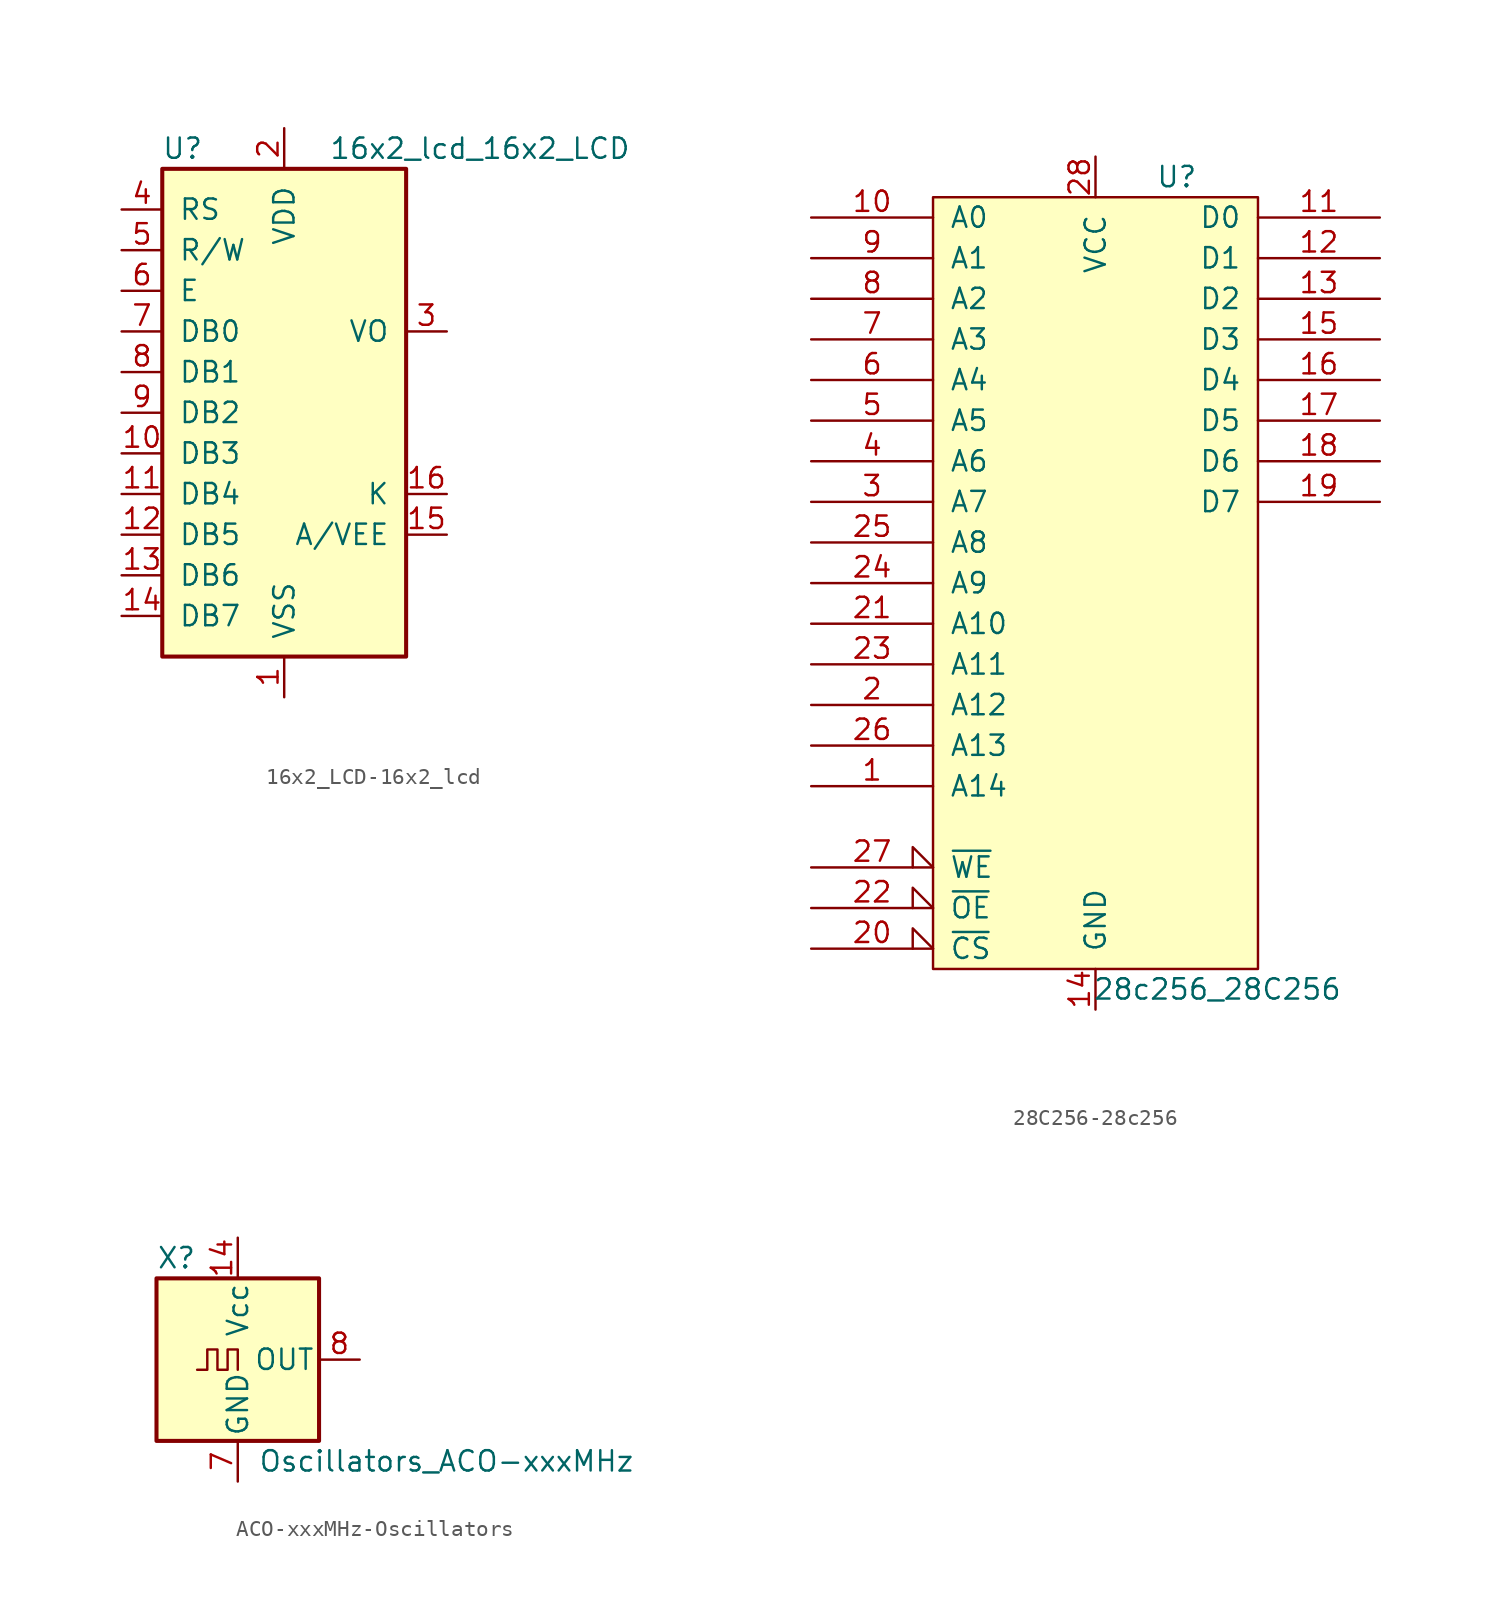
<source format=kicad_sym>
(kicad_symbol_lib
  (version 20231120)
  (generator "kicad_symbol_editor")
  (generator_version "8.0")
  (symbol "16x2_LCD-16x2_lcd"
    (pin_names
      (offset 1.016))
    (property "Reference" "U"
      (at -6.35 16.51 0)
      (effects (font (size 1.27 1.27))))
    (property "Value" "16x2_lcd_16x2_LCD"
      (at 2.794 16.51 0)
      (effects (font (size 1.27 1.27)) (justify left)))
    (symbol "16x2_LCD-16x2_lcd_0_1"
      (rectangle (start -7.62 15.24) (end 7.62 -15.24) (stroke (width 0.254) (type solid)) (fill (type background))))
    (symbol "16x2_LCD-16x2_lcd_1_1"
      (pin power_in line (at 0 -17.78 90) (length 2.54) (name "VSS" (effects (font (size 1.27 1.27)))) (number "1" (effects (font (size 1.27 1.27)))))
      (pin bidirectional line (at -10.16 -2.54 0) (length 2.54) (name "DB3" (effects (font (size 1.27 1.27)))) (number "10" (effects (font (size 1.27 1.27)))))
      (pin bidirectional line (at -10.16 -5.08 0) (length 2.54) (name "DB4" (effects (font (size 1.27 1.27)))) (number "11" (effects (font (size 1.27 1.27)))))
      (pin bidirectional line (at -10.16 -7.62 0) (length 2.54) (name "DB5" (effects (font (size 1.27 1.27)))) (number "12" (effects (font (size 1.27 1.27)))))
      (pin bidirectional line (at -10.16 -10.16 0) (length 2.54) (name "DB6" (effects (font (size 1.27 1.27)))) (number "13" (effects (font (size 1.27 1.27)))))
      (pin bidirectional line (at -10.16 -12.7 0) (length 2.54) (name "DB7" (effects (font (size 1.27 1.27)))) (number "14" (effects (font (size 1.27 1.27)))))
      (pin power_in line (at 10.16 -7.62 180) (length 2.54) (name "A/VEE" (effects (font (size 1.27 1.27)))) (number "15" (effects (font (size 1.27 1.27)))))
      (pin power_in line (at 10.16 -5.08 180) (length 2.54) (name "K" (effects (font (size 1.27 1.27)))) (number "16" (effects (font (size 1.27 1.27)))))
      (pin power_in line (at 0 17.78 270) (length 2.54) (name "VDD" (effects (font (size 1.27 1.27)))) (number "2" (effects (font (size 1.27 1.27)))))
      (pin passive line (at 10.16 5.08 180) (length 2.54) (name "VO" (effects (font (size 1.27 1.27)))) (number "3" (effects (font (size 1.27 1.27)))))
      (pin input line (at -10.16 12.7 0) (length 2.54) (name "RS" (effects (font (size 1.27 1.27)))) (number "4" (effects (font (size 1.27 1.27)))))
      (pin input line (at -10.16 10.16 0) (length 2.54) (name "R/W" (effects (font (size 1.27 1.27)))) (number "5" (effects (font (size 1.27 1.27)))))
      (pin input line (at -10.16 7.62 0) (length 2.54) (name "E" (effects (font (size 1.27 1.27)))) (number "6" (effects (font (size 1.27 1.27)))))
      (pin bidirectional line (at -10.16 5.08 0) (length 2.54) (name "DB0" (effects (font (size 1.27 1.27)))) (number "7" (effects (font (size 1.27 1.27)))))
      (pin bidirectional line (at -10.16 2.54 0) (length 2.54) (name "DB1" (effects (font (size 1.27 1.27)))) (number "8" (effects (font (size 1.27 1.27)))))
      (pin bidirectional line (at -10.16 0 0) (length 2.54) (name "DB2" (effects (font (size 1.27 1.27)))) (number "9" (effects (font (size 1.27 1.27)))))))
  (symbol "28C256-28c256"
    (pin_names
      (offset 1.016))
    (property "Reference" "U"
      (at 5.08 25.4 0)
      (effects (font (size 1.27 1.27))))
    (property "Value" "28c256_28C256"
      (at 7.62 -25.4 0)
      (effects (font (size 1.27 1.27))))
    (symbol "28C256-28c256_0_0"
      (pin power_in line (at 0 -26.67 90) (length 2.54) (name "GND" (effects (font (size 1.27 1.27)))) (number "14" (effects (font (size 1.27 1.27)))))
      (pin power_in line (at 0 26.67 270) (length 2.54) (name "VCC" (effects (font (size 1.27 1.27)))) (number "28" (effects (font (size 1.27 1.27))))))
    (symbol "28C256-28c256_0_1"
      (rectangle (start -10.16 24.13) (end 10.16 -24.13) (stroke (width 0) (type solid)) (fill (type background))))
    (symbol "28C256-28c256_1_1"
      (pin input line (at -17.78 -12.7 0) (length 7.62) (name "A14" (effects (font (size 1.27 1.27)))) (number "1" (effects (font (size 1.27 1.27)))))
      (pin input line (at -17.78 22.86 0) (length 7.62) (name "A0" (effects (font (size 1.27 1.27)))) (number "10" (effects (font (size 1.27 1.27)))))
      (pin tri_state line (at 17.78 22.86 180) (length 7.62) (name "D0" (effects (font (size 1.27 1.27)))) (number "11" (effects (font (size 1.27 1.27)))))
      (pin tri_state line (at 17.78 20.32 180) (length 7.62) (name "D1" (effects (font (size 1.27 1.27)))) (number "12" (effects (font (size 1.27 1.27)))))
      (pin tri_state line (at 17.78 17.78 180) (length 7.62) (name "D2" (effects (font (size 1.27 1.27)))) (number "13" (effects (font (size 1.27 1.27)))))
      (pin tri_state line (at 17.78 15.24 180) (length 7.62) (name "D3" (effects (font (size 1.27 1.27)))) (number "15" (effects (font (size 1.27 1.27)))))
      (pin tri_state line (at 17.78 12.7 180) (length 7.62) (name "D4" (effects (font (size 1.27 1.27)))) (number "16" (effects (font (size 1.27 1.27)))))
      (pin tri_state line (at 17.78 10.16 180) (length 7.62) (name "D5" (effects (font (size 1.27 1.27)))) (number "17" (effects (font (size 1.27 1.27)))))
      (pin tri_state line (at 17.78 7.62 180) (length 7.62) (name "D6" (effects (font (size 1.27 1.27)))) (number "18" (effects (font (size 1.27 1.27)))))
      (pin tri_state line (at 17.78 5.08 180) (length 7.62) (name "D7" (effects (font (size 1.27 1.27)))) (number "19" (effects (font (size 1.27 1.27)))))
      (pin input line (at -17.78 -7.62 0) (length 7.62) (name "A12" (effects (font (size 1.27 1.27)))) (number "2" (effects (font (size 1.27 1.27)))))
      (pin input input_low (at -17.78 -22.86 0) (length 7.62) (name "~{CS}" (effects (font (size 1.27 1.27)))) (number "20" (effects (font (size 1.27 1.27)))))
      (pin input line (at -17.78 -2.54 0) (length 7.62) (name "A10" (effects (font (size 1.27 1.27)))) (number "21" (effects (font (size 1.27 1.27)))))
      (pin input input_low (at -17.78 -20.32 0) (length 7.62) (name "~{OE}" (effects (font (size 1.27 1.27)))) (number "22" (effects (font (size 1.27 1.27)))))
      (pin input line (at -17.78 -5.08 0) (length 7.62) (name "A11" (effects (font (size 1.27 1.27)))) (number "23" (effects (font (size 1.27 1.27)))))
      (pin input line (at -17.78 0 0) (length 7.62) (name "A9" (effects (font (size 1.27 1.27)))) (number "24" (effects (font (size 1.27 1.27)))))
      (pin input line (at -17.78 2.54 0) (length 7.62) (name "A8" (effects (font (size 1.27 1.27)))) (number "25" (effects (font (size 1.27 1.27)))))
      (pin input line (at -17.78 -10.16 0) (length 7.62) (name "A13" (effects (font (size 1.27 1.27)))) (number "26" (effects (font (size 1.27 1.27)))))
      (pin input input_low (at -17.78 -17.78 0) (length 7.62) (name "~{WE}" (effects (font (size 1.27 1.27)))) (number "27" (effects (font (size 1.27 1.27)))))
      (pin input line (at -17.78 5.08 0) (length 7.62) (name "A7" (effects (font (size 1.27 1.27)))) (number "3" (effects (font (size 1.27 1.27)))))
      (pin input line (at -17.78 7.62 0) (length 7.62) (name "A6" (effects (font (size 1.27 1.27)))) (number "4" (effects (font (size 1.27 1.27)))))
      (pin input line (at -17.78 10.16 0) (length 7.62) (name "A5" (effects (font (size 1.27 1.27)))) (number "5" (effects (font (size 1.27 1.27)))))
      (pin input line (at -17.78 12.7 0) (length 7.62) (name "A4" (effects (font (size 1.27 1.27)))) (number "6" (effects (font (size 1.27 1.27)))))
      (pin input line (at -17.78 15.24 0) (length 7.62) (name "A3" (effects (font (size 1.27 1.27)))) (number "7" (effects (font (size 1.27 1.27)))))
      (pin input line (at -17.78 17.78 0) (length 7.62) (name "A2" (effects (font (size 1.27 1.27)))) (number "8" (effects (font (size 1.27 1.27)))))
      (pin input line (at -17.78 20.32 0) (length 7.62) (name "A1" (effects (font (size 1.27 1.27)))) (number "9" (effects (font (size 1.27 1.27)))))))
  (symbol "ACO-xxxMHz-Oscillators"
    (pin_names
      (offset 0.254))
    (property "Reference" "X"
      (at -5.08 6.35 0)
      (effects (font (size 1.27 1.27)) (justify left)))
    (property "Value" "Oscillators_ACO-xxxMHz"
      (at 1.27 -6.35 0)
      (effects (font (size 1.27 1.27)) (justify left)))
    (symbol "ACO-xxxMHz-Oscillators_0_1"
      (rectangle (start -5.08 5.08) (end 5.08 -5.08) (stroke (width 0.254) (type solid)) (fill (type background)))
      (polyline (pts (xy -2.54 -0.635) (xy -1.905 -0.635) (xy -1.905 0.635) (xy -1.27 0.635) (xy -1.27 -0.635) (xy -0.635 -0.635) (xy -0.635 0.635) (xy 0 0.635) (xy 0 -0.635)) (stroke (width 0) (type solid)) (fill (type none))))
    (symbol "ACO-xxxMHz-Oscillators_1_1"
      (pin no_connect line (at -7.62 0 0) (length 2.54) hide (name "NC" (effects (font (size 1.27 1.27)))) (number "1" (effects (font (size 1.27 1.27)))))
      (pin power_in line (at 0 7.62 270) (length 2.54) (name "Vcc" (effects (font (size 1.27 1.27)))) (number "14" (effects (font (size 1.27 1.27)))))
      (pin power_in line (at 0 -7.62 90) (length 2.54) (name "GND" (effects (font (size 1.27 1.27)))) (number "7" (effects (font (size 1.27 1.27)))))
      (pin output line (at 7.62 0 180) (length 2.54) (name "OUT" (effects (font (size 1.27 1.27)))) (number "8" (effects (font (size 1.27 1.27))))))))
</source>
